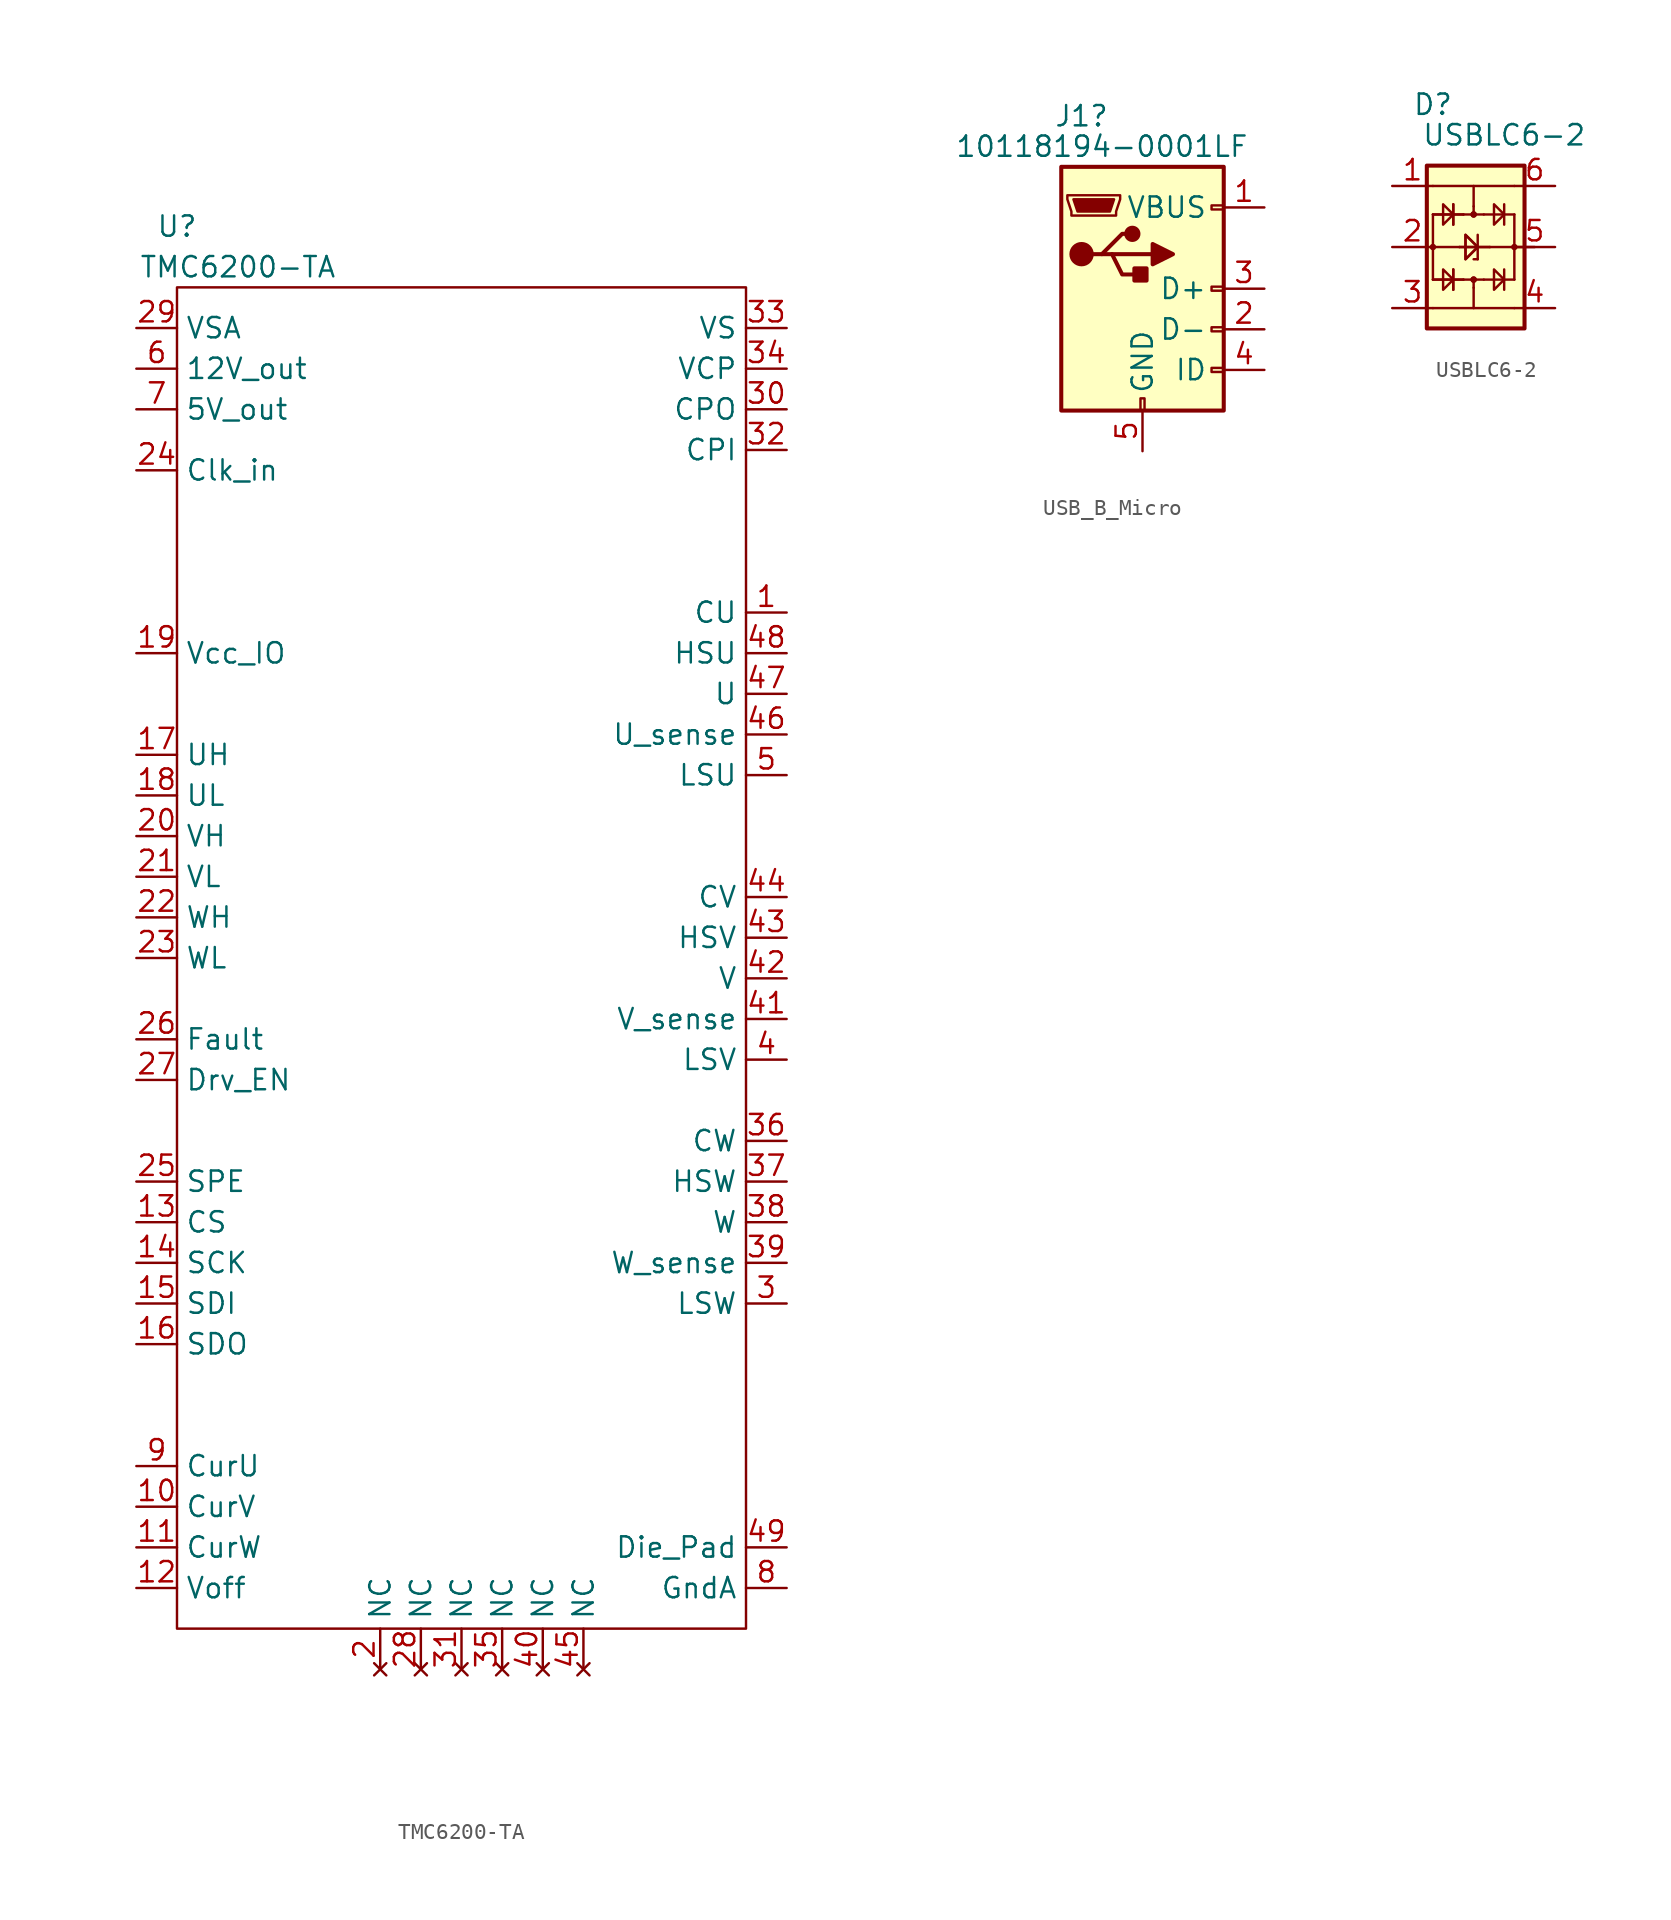
<source format=kicad_sym>
(kicad_symbol_lib
  (version 20241209)
  (generator "kicad_symbol_editor")
  (generator_version "9.0")
  (symbol "TMC6200-TA"
    (property "Reference" "U"
      (at 2.54 7.62 0)
      (effects (font (size 1.27 1.27))))
    (property "Value" "TMC6200-TA"
      (at 6.35 5.08 0)
      (effects (font (size 1.27 1.27))))
    (symbol "TMC6200-TA_0_1"
      (rectangle (start 2.54 3.81) (end 38.1 -80.01) (stroke (width 0) (type default)) (fill (type none))))
    (symbol "TMC6200-TA_1_1"
      (pin power_in line (at 0 1.27 0) (length 2.54) (name "VSA" (effects (font (size 1.27 1.27)))) (number "29" (effects (font (size 1.27 1.27)))))
      (pin power_out line (at 0 -1.27 0) (length 2.54) (name "12V_out" (effects (font (size 1.27 1.27)))) (number "6" (effects (font (size 1.27 1.27)))))
      (pin power_out line (at 0 -3.81 0) (length 2.54) (name "5V_out" (effects (font (size 1.27 1.27)))) (number "7" (effects (font (size 1.27 1.27)))))
      (pin input line (at 0 -7.62 0) (length 2.54) (name "Clk_in" (effects (font (size 1.27 1.27)))) (number "24" (effects (font (size 1.27 1.27)))))
      (pin input line (at 0 -19.05 0) (length 2.54) (name "Vcc_IO" (effects (font (size 1.27 1.27)))) (number "19" (effects (font (size 1.27 1.27)))))
      (pin input line (at 0 -25.4 0) (length 2.54) (name "UH" (effects (font (size 1.27 1.27)))) (number "17" (effects (font (size 1.27 1.27)))))
      (pin input line (at 0 -27.94 0) (length 2.54) (name "UL" (effects (font (size 1.27 1.27)))) (number "18" (effects (font (size 1.27 1.27)))))
      (pin input line (at 0 -30.48 0) (length 2.54) (name "VH" (effects (font (size 1.27 1.27)))) (number "20" (effects (font (size 1.27 1.27)))))
      (pin input line (at 0 -33.02 0) (length 2.54) (name "VL" (effects (font (size 1.27 1.27)))) (number "21" (effects (font (size 1.27 1.27)))))
      (pin input line (at 0 -35.56 0) (length 2.54) (name "WH" (effects (font (size 1.27 1.27)))) (number "22" (effects (font (size 1.27 1.27)))))
      (pin input line (at 0 -38.1 0) (length 2.54) (name "WL" (effects (font (size 1.27 1.27)))) (number "23" (effects (font (size 1.27 1.27)))))
      (pin output line (at 0 -43.18 0) (length 2.54) (name "Fault" (effects (font (size 1.27 1.27)))) (number "26" (effects (font (size 1.27 1.27)))))
      (pin input line (at 0 -45.72 0) (length 2.54) (name "Drv_EN" (effects (font (size 1.27 1.27)))) (number "27" (effects (font (size 1.27 1.27)))))
      (pin input line (at 0 -52.07 0) (length 2.54) (name "SPE" (effects (font (size 1.27 1.27)))) (number "25" (effects (font (size 1.27 1.27)))))
      (pin input line (at 0 -54.61 0) (length 2.54) (name "CS" (effects (font (size 1.27 1.27)))) (number "13" (effects (font (size 1.27 1.27)))))
      (pin input line (at 0 -57.15 0) (length 2.54) (name "SCK" (effects (font (size 1.27 1.27)))) (number "14" (effects (font (size 1.27 1.27)))))
      (pin input line (at 0 -59.69 0) (length 2.54) (name "SDI" (effects (font (size 1.27 1.27)))) (number "15" (effects (font (size 1.27 1.27)))))
      (pin bidirectional line (at 0 -62.23 0) (length 2.54) (name "SDO" (effects (font (size 1.27 1.27)))) (number "16" (effects (font (size 1.27 1.27)))))
      (pin output line (at 0 -69.85 0) (length 2.54) (name "CurU" (effects (font (size 1.27 1.27)))) (number "9" (effects (font (size 1.27 1.27)))))
      (pin output line (at 0 -72.39 0) (length 2.54) (name "CurV" (effects (font (size 1.27 1.27)))) (number "10" (effects (font (size 1.27 1.27)))))
      (pin output line (at 0 -74.93 0) (length 2.54) (name "CurW" (effects (font (size 1.27 1.27)))) (number "11" (effects (font (size 1.27 1.27)))))
      (pin input line (at 0 -77.47 0) (length 2.54) (name "Voff" (effects (font (size 1.27 1.27)))) (number "12" (effects (font (size 1.27 1.27)))))
      (pin no_connect line (at 15.24 -82.55 90) (length 2.54) (name "NC" (effects (font (size 1.27 1.27)))) (number "2" (effects (font (size 1.27 1.27)))))
      (pin no_connect line (at 17.78 -82.55 90) (length 2.54) (name "NC" (effects (font (size 1.27 1.27)))) (number "28" (effects (font (size 1.27 1.27)))))
      (pin no_connect line (at 20.32 -82.55 90) (length 2.54) (name "NC" (effects (font (size 1.27 1.27)))) (number "31" (effects (font (size 1.27 1.27)))))
      (pin no_connect line (at 22.86 -82.55 90) (length 2.54) (name "NC" (effects (font (size 1.27 1.27)))) (number "35" (effects (font (size 1.27 1.27)))))
      (pin no_connect line (at 25.4 -82.55 90) (length 2.54) (name "NC" (effects (font (size 1.27 1.27)))) (number "40" (effects (font (size 1.27 1.27)))))
      (pin no_connect line (at 27.94 -82.55 90) (length 2.54) (name "NC" (effects (font (size 1.27 1.27)))) (number "45" (effects (font (size 1.27 1.27)))))
      (pin power_in line (at 40.64 1.27 180) (length 2.54) (name "VS" (effects (font (size 1.27 1.27)))) (number "33" (effects (font (size 1.27 1.27)))))
      (pin power_out line (at 40.64 -1.27 180) (length 2.54) (name "VCP" (effects (font (size 1.27 1.27)))) (number "34" (effects (font (size 1.27 1.27)))))
      (pin output line (at 40.64 -3.81 180) (length 2.54) (name "CPO" (effects (font (size 1.27 1.27)))) (number "30" (effects (font (size 1.27 1.27)))))
      (pin input line (at 40.64 -6.35 180) (length 2.54) (name "CPI" (effects (font (size 1.27 1.27)))) (number "32" (effects (font (size 1.27 1.27)))))
      (pin output line (at 40.64 -16.51 180) (length 2.54) (name "CU" (effects (font (size 1.27 1.27)))) (number "1" (effects (font (size 1.27 1.27)))))
      (pin power_out line (at 40.64 -19.05 180) (length 2.54) (name "HSU" (effects (font (size 1.27 1.27)))) (number "48" (effects (font (size 1.27 1.27)))))
      (pin power_out line (at 40.64 -21.59 180) (length 2.54) (name "U" (effects (font (size 1.27 1.27)))) (number "47" (effects (font (size 1.27 1.27)))))
      (pin input line (at 40.64 -24.13 180) (length 2.54) (name "U_sense" (effects (font (size 1.27 1.27)))) (number "46" (effects (font (size 1.27 1.27)))))
      (pin power_out line (at 40.64 -26.67 180) (length 2.54) (name "LSU" (effects (font (size 1.27 1.27)))) (number "5" (effects (font (size 1.27 1.27)))))
      (pin output line (at 40.64 -34.29 180) (length 2.54) (name "CV" (effects (font (size 1.27 1.27)))) (number "44" (effects (font (size 1.27 1.27)))))
      (pin power_out line (at 40.64 -36.83 180) (length 2.54) (name "HSV" (effects (font (size 1.27 1.27)))) (number "43" (effects (font (size 1.27 1.27)))))
      (pin power_out line (at 40.64 -39.37 180) (length 2.54) (name "V" (effects (font (size 1.27 1.27)))) (number "42" (effects (font (size 1.27 1.27)))))
      (pin input line (at 40.64 -41.91 180) (length 2.54) (name "V_sense" (effects (font (size 1.27 1.27)))) (number "41" (effects (font (size 1.27 1.27)))))
      (pin power_out line (at 40.64 -44.45 180) (length 2.54) (name "LSV" (effects (font (size 1.27 1.27)))) (number "4" (effects (font (size 1.27 1.27)))))
      (pin output line (at 40.64 -49.53 180) (length 2.54) (name "CW" (effects (font (size 1.27 1.27)))) (number "36" (effects (font (size 1.27 1.27)))))
      (pin power_out line (at 40.64 -52.07 180) (length 2.54) (name "HSW" (effects (font (size 1.27 1.27)))) (number "37" (effects (font (size 1.27 1.27)))))
      (pin power_out line (at 40.64 -54.61 180) (length 2.54) (name "W" (effects (font (size 1.27 1.27)))) (number "38" (effects (font (size 1.27 1.27)))))
      (pin input line (at 40.64 -57.15 180) (length 2.54) (name "W_sense" (effects (font (size 1.27 1.27)))) (number "39" (effects (font (size 1.27 1.27)))))
      (pin power_out line (at 40.64 -59.69 180) (length 2.54) (name "LSW" (effects (font (size 1.27 1.27)))) (number "3" (effects (font (size 1.27 1.27)))))
      (pin power_in line (at 40.64 -74.93 180) (length 2.54) (name "Die_Pad" (effects (font (size 1.27 1.27)))) (number "49" (effects (font (size 1.27 1.27)))))
      (pin power_in line (at 40.64 -77.47 180) (length 2.54) (name "GndA" (effects (font (size 1.27 1.27)))) (number "8" (effects (font (size 1.27 1.27)))))))
  (symbol "USB_B_Micro"
    (pin_names
      (offset 1.016))
    (property "Reference" "J1"
      (at -3.81 10.795 0)
      (effects (font (size 1.27 1.27))))
    (property "Value" "10118194-0001LF"
      (at -2.54 8.89 0)
      (effects (font (size 1.27 1.27))))
    (symbol "USB_B_Micro_0_1"
      (rectangle (start -5.08 -7.62) (end 5.08 7.62) (stroke (width 0.254) (type default)) (fill (type background)))
      (polyline (pts (xy -4.699 5.842) (xy -4.699 5.588) (xy -4.445 4.826) (xy -4.445 4.572) (xy -1.651 4.572) (xy -1.651 4.826) (xy -1.397 5.588) (xy -1.397 5.842) (xy -4.699 5.842)) (stroke (width 0) (type default)) (fill (type none)))
      (polyline (pts (xy -4.318 5.588) (xy -1.778 5.588) (xy -2.032 4.826) (xy -4.064 4.826) (xy -4.318 5.588)) (stroke (width 0) (type default)) (fill (type outline)))
      (circle (center -3.81 2.159) (radius 0.635) (stroke (width 0.254) (type default)) (fill (type outline)))
      (polyline (pts (xy -3.175 2.159) (xy -2.54 2.159) (xy -1.27 3.429) (xy -0.635 3.429)) (stroke (width 0.254) (type default)) (fill (type none)))
      (polyline (pts (xy -2.54 2.159) (xy -1.905 2.159) (xy -1.27 0.889) (xy 0 0.889)) (stroke (width 0.254) (type default)) (fill (type none)))
      (polyline (pts (xy -1.905 2.159) (xy 0.635 2.159)) (stroke (width 0.254) (type default)) (fill (type none)))
      (circle (center -0.635 3.429) (radius 0.381) (stroke (width 0.254) (type default)) (fill (type outline)))
      (rectangle (start -0.127 -7.62) (end 0.127 -6.858) (stroke (width 0) (type default)) (fill (type none)))
      (rectangle (start 0.254 1.27) (end -0.508 0.508) (stroke (width 0.254) (type default)) (fill (type outline)))
      (polyline (pts (xy 0.635 2.794) (xy 0.635 1.524) (xy 1.905 2.159) (xy 0.635 2.794)) (stroke (width 0.254) (type default)) (fill (type outline)))
      (rectangle (start 5.08 4.953) (end 4.318 5.207) (stroke (width 0) (type default)) (fill (type none)))
      (rectangle (start 5.08 -0.127) (end 4.318 0.127) (stroke (width 0) (type default)) (fill (type none)))
      (rectangle (start 5.08 -2.667) (end 4.318 -2.413) (stroke (width 0) (type default)) (fill (type none)))
      (rectangle (start 5.08 -5.207) (end 4.318 -4.953) (stroke (width 0) (type default)) (fill (type none))))
    (symbol "USB_B_Micro_1_1"
      (pin power_in line (at 0 -10.16 90) (length 2.54) (name "GND" (effects (font (size 1.27 1.27)))) (number "5" (effects (font (size 1.27 1.27)))))
      (pin power_out line (at 7.62 5.08 180) (length 2.54) (name "VBUS" (effects (font (size 1.27 1.27)))) (number "1" (effects (font (size 1.27 1.27)))))
      (pin bidirectional line (at 7.62 0 180) (length 2.54) (name "D+" (effects (font (size 1.27 1.27)))) (number "3" (effects (font (size 1.27 1.27)))))
      (pin bidirectional line (at 7.62 -2.54 180) (length 2.54) (name "D-" (effects (font (size 1.27 1.27)))) (number "2" (effects (font (size 1.27 1.27)))))
      (pin passive line (at 7.62 -5.08 180) (length 2.54) (name "ID" (effects (font (size 1.27 1.27)))) (number "4" (effects (font (size 1.27 1.27)))))))
  (symbol "USBLC6-2"
    (property "Reference" "D"
      (at 2.54 8.89 0)
      (effects (font (size 1.27 1.27))))
    (property "Value" "USBLC6-2"
      (at 6.985 6.985 0)
      (effects (font (size 1.27 1.27))))
    (symbol "USBLC6-2_0_1"
      (rectangle (start 2.159 5.08) (end 8.255 -5.08) (stroke (width 0.254) (type default)) (fill (type background)))
      (polyline (pts (xy 2.54 3.81) (xy 5.08 3.81)) (stroke (width 0) (type default)) (fill (type none)))
      (polyline (pts (xy 2.54 2.032) (xy 4.445 2.032)) (stroke (width 0) (type default)) (fill (type none)))
      (polyline (pts (xy 2.54 2.032) (xy 4.445 2.032)) (stroke (width 0) (type default)) (fill (type none)))
      (circle (center 2.54 0) (radius 0.127) (stroke (width 0) (type default)) (fill (type none)))
      (polyline (pts (xy 2.54 -2.032) (xy 2.54 2.032)) (stroke (width 0) (type default)) (fill (type none)))
      (polyline (pts (xy 2.54 -2.032) (xy 4.445 -2.032)) (stroke (width 0) (type default)) (fill (type none)))
      (polyline (pts (xy 2.54 -2.032) (xy 4.445 -2.032)) (stroke (width 0) (type default)) (fill (type none)))
      (polyline (pts (xy 3.175 2.667) (xy 3.175 1.397) (xy 3.81 2.032) (xy 3.175 2.667)) (stroke (width 0) (type default)) (fill (type none)))
      (polyline (pts (xy 3.175 -1.397) (xy 3.175 -2.667) (xy 3.81 -2.032) (xy 3.175 -1.397)) (stroke (width 0) (type default)) (fill (type none)))
      (polyline (pts (xy 3.81 2.667) (xy 3.81 1.397)) (stroke (width 0) (type default)) (fill (type none)))
      (polyline (pts (xy 3.81 2.667) (xy 3.81 1.397)) (stroke (width 0) (type default)) (fill (type none)))
      (polyline (pts (xy 3.81 -1.397) (xy 3.81 -2.667)) (stroke (width 0) (type default)) (fill (type none)))
      (polyline (pts (xy 3.81 -1.397) (xy 3.81 -2.667)) (stroke (width 0) (type default)) (fill (type none)))
      (polyline (pts (xy 4.191 0) (xy 2.54 0)) (stroke (width 0) (type default)) (fill (type none)))
      (polyline (pts (xy 4.191 0) (xy 6.096 0)) (stroke (width 0) (type default)) (fill (type none)))
      (polyline (pts (xy 4.191 0) (xy 6.096 0)) (stroke (width 0) (type default)) (fill (type none)))
      (polyline (pts (xy 4.572 0.762) (xy 4.572 -0.762) (xy 5.334 0) (xy 4.572 0.762)) (stroke (width 0) (type default)) (fill (type none)))
      (polyline (pts (xy 4.572 0.762) (xy 4.572 -0.762) (xy 5.334 0) (xy 4.572 0.762)) (stroke (width 0) (type default)) (fill (type none)))
      (polyline (pts (xy 5.08 2.54) (xy 5.08 2.032)) (stroke (width 0) (type default)) (fill (type none)))
      (polyline (pts (xy 5.08 2.54) (xy 5.08 3.81) (xy 7.62 3.81)) (stroke (width 0) (type default)) (fill (type none)))
      (circle (center 5.08 2.032) (radius 0.127) (stroke (width 0) (type default)) (fill (type none)))
      (circle (center 5.08 2.032) (radius 0.127) (stroke (width 0) (type default)) (fill (type none)))
      (polyline (pts (xy 5.08 -0.762) (xy 5.334 -0.762)) (stroke (width 0) (type default)) (fill (type none)))
      (polyline (pts (xy 5.08 -2.032) (xy 5.08 -2.54)) (stroke (width 0) (type default)) (fill (type none)))
      (circle (center 5.08 -2.032) (radius 0.127) (stroke (width 0) (type default)) (fill (type none)))
      (circle (center 5.08 -2.032) (radius 0.127) (stroke (width 0) (type default)) (fill (type none)))
      (polyline (pts (xy 5.08 -2.54) (xy 5.08 -3.81) (xy 2.54 -3.81)) (stroke (width 0) (type default)) (fill (type none)))
      (polyline (pts (xy 5.08 -3.81) (xy 7.62 -3.81)) (stroke (width 0) (type default)) (fill (type none)))
      (polyline (pts (xy 5.334 0.762) (xy 5.334 -0.762)) (stroke (width 0) (type default)) (fill (type none)))
      (polyline (pts (xy 5.715 2.032) (xy 4.445 2.032)) (stroke (width 0) (type default)) (fill (type none)))
      (polyline (pts (xy 5.715 2.032) (xy 7.62 2.032)) (stroke (width 0) (type default)) (fill (type none)))
      (polyline (pts (xy 5.715 -2.032) (xy 4.445 -2.032)) (stroke (width 0) (type default)) (fill (type none)))
      (polyline (pts (xy 5.715 -2.032) (xy 7.62 -2.032)) (stroke (width 0) (type default)) (fill (type none)))
      (polyline (pts (xy 6.096 0) (xy 8.89 0)) (stroke (width 0) (type default)) (fill (type none)))
      (polyline (pts (xy 6.35 2.667) (xy 6.35 1.397) (xy 6.985 2.032) (xy 6.35 2.667)) (stroke (width 0) (type default)) (fill (type none)))
      (polyline (pts (xy 6.35 -1.397) (xy 6.35 -2.667) (xy 6.985 -2.032) (xy 6.35 -1.397)) (stroke (width 0) (type default)) (fill (type none)))
      (polyline (pts (xy 6.985 2.667) (xy 6.985 1.397)) (stroke (width 0) (type default)) (fill (type none)))
      (polyline (pts (xy 6.985 -1.397) (xy 6.985 -2.667)) (stroke (width 0) (type default)) (fill (type none)))
      (polyline (pts (xy 7.62 2.032) (xy 7.62 -2.032)) (stroke (width 0) (type default)) (fill (type none)))
      (circle (center 7.62 0) (radius 0.127) (stroke (width 0) (type default)) (fill (type none))))
    (symbol "USBLC6-2_1_1"
      (pin passive line (at 0 3.81 0) (length 2.54) (name "~" (effects (font (size 1.27 1.27)))) (number "1" (effects (font (size 1.27 1.27)))))
      (pin passive line (at 0 0 0) (length 2.54) (name "~" (effects (font (size 1.27 1.27)))) (number "2" (effects (font (size 1.27 1.27)))))
      (pin passive line (at 0 -3.81 0) (length 2.54) (name "~" (effects (font (size 1.27 1.27)))) (number "3" (effects (font (size 1.27 1.27)))))
      (pin passive line (at 10.16 3.81 180) (length 2.54) (name "~" (effects (font (size 1.27 1.27)))) (number "6" (effects (font (size 1.27 1.27)))))
      (pin passive line (at 10.16 0 180) (length 2.54) (name "~" (effects (font (size 1.27 1.27)))) (number "5" (effects (font (size 1.27 1.27)))))
      (pin passive line (at 10.16 -3.81 180) (length 2.54) (name "~" (effects (font (size 1.27 1.27)))) (number "4" (effects (font (size 1.27 1.27))))))))
</source>
